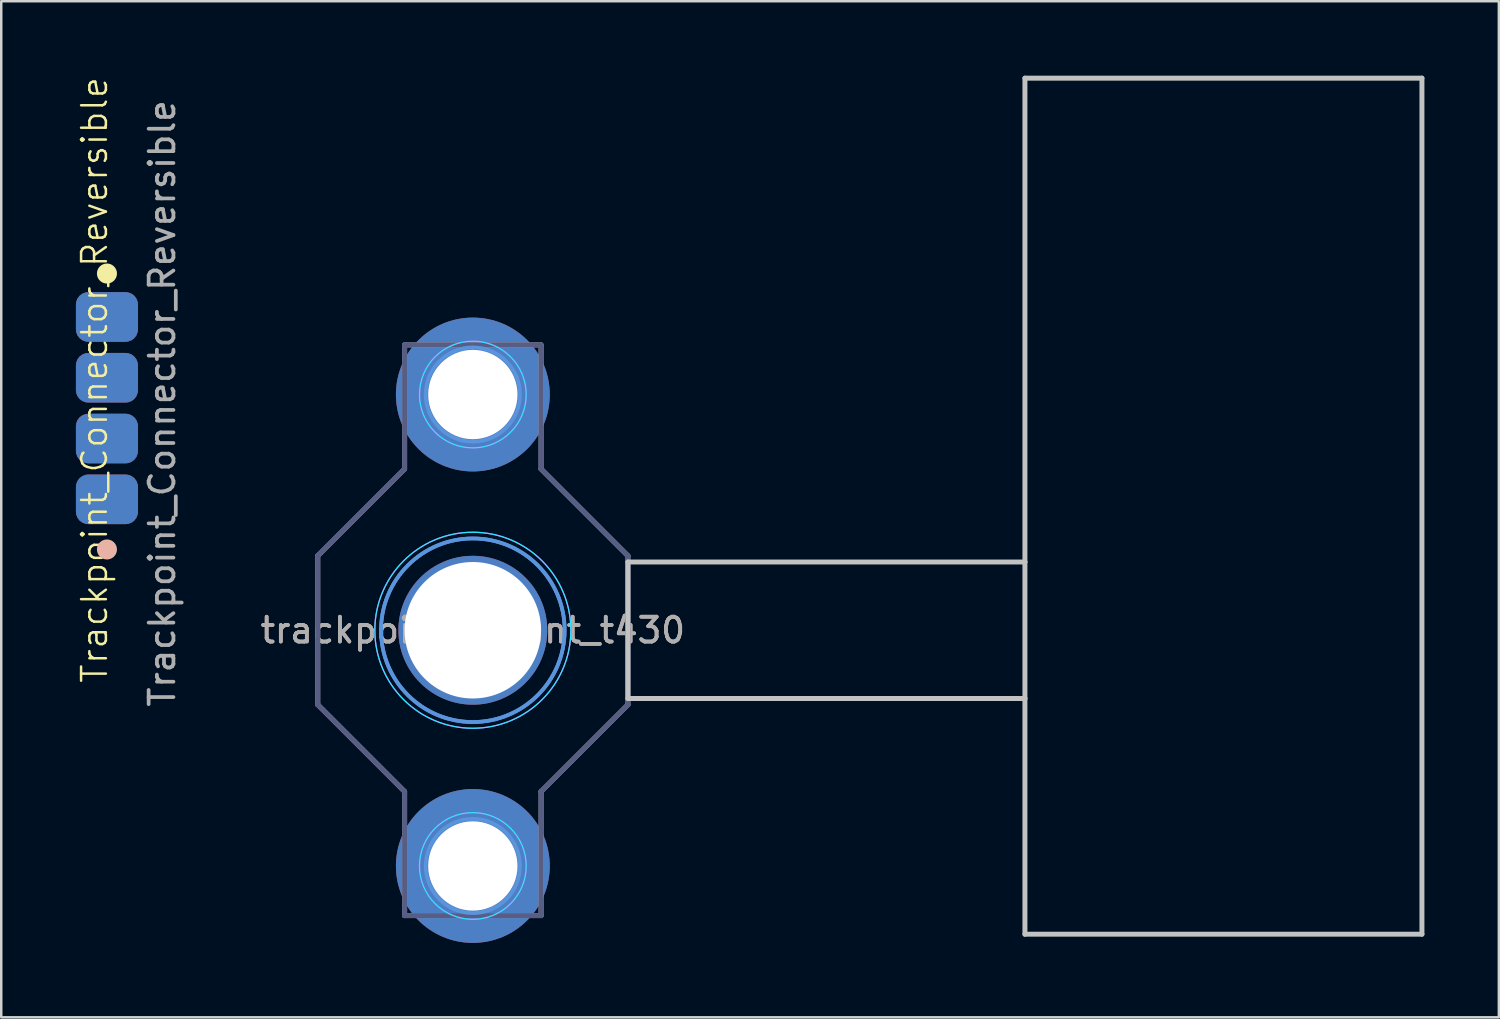
<source format=kicad_pcb>
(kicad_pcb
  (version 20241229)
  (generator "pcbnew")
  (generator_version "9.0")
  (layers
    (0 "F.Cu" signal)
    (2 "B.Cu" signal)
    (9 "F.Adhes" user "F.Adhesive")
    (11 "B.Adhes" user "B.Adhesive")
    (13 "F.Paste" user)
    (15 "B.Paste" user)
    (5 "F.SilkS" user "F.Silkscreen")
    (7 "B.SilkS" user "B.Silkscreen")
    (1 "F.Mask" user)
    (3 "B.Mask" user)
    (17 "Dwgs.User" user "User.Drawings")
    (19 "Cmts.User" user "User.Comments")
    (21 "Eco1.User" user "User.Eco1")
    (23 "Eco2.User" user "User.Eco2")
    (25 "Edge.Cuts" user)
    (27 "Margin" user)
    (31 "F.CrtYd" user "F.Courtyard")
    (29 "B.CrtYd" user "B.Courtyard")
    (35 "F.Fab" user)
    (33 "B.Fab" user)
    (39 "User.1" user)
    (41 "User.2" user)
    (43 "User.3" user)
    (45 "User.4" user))
  (footprint "trackpoint_mount_t430"
    (layer "F.Cu")
    (at 16.006 22.35)
    (property "Reference" "trackpoint_mount_t430" (at 0 0 180) (layer "B.SilkS") (effects (font (size 1 1) (thickness 0.15))))
    (attr exclude_from_pos_files exclude_from_bom)
    (fp_line (start 6.25 -2.75) (end 6.25 2.75) (stroke (width 0.2) (type solid)) (layer "Dwgs.User"))
    (fp_line (start 22.25 -22.25) (end 22.25 -2.75) (stroke (width 0.2) (type solid)) (layer "Dwgs.User"))
    (fp_line (start 22.25 -2.75) (end 6.25 -2.75) (stroke (width 0.2) (type solid)) (layer "Dwgs.User"))
    (fp_line (start 22.25 -2.75) (end 22.25 2.75) (stroke (width 0.2) (type solid)) (layer "Dwgs.User"))
    (fp_line (start 22.25 2.75) (end 6.25 2.75) (stroke (width 0.2) (type solid)) (layer "Dwgs.User"))
    (fp_line (start 22.25 2.75) (end 22.25 12.25) (stroke (width 0.2) (type solid)) (layer "Dwgs.User"))
    (fp_line (start 38.25 -22.25) (end 22.25 -22.25) (stroke (width 0.2) (type solid)) (layer "Dwgs.User"))
    (fp_line (start 38.25 -22.25) (end 38.25 12.25) (stroke (width 0.2) (type solid)) (layer "Dwgs.User"))
    (fp_line (start 38.25 12.25) (end 22.25 12.25) (stroke (width 0.2) (type solid)) (layer "Dwgs.User"))
    (fp_circle (center 0 -9.5) (end -1.9 -9.5) (stroke (width 0.15) (type solid)) (fill no) (layer "Cmts.User"))
    (fp_circle (center 0 0) (end -3.7 0) (stroke (width 0.15) (type solid)) (fill no) (layer "Cmts.User"))
    (fp_circle (center 0 0) (end -3.7 0) (stroke (width 0.15) (type solid)) (fill no) (layer "Cmts.User"))
    (fp_circle (center 0 9.5) (end -1.9 9.5) (stroke (width 0.15) (type solid)) (fill no) (layer "Cmts.User"))
    (fp_circle (center 0 -9.5) (end -2.15 -9.5) (stroke (width 0.05) (type solid)) (fill no) (layer "B.CrtYd"))
    (fp_circle (center 0 0) (end -3.95 0) (stroke (width 0.05) (type solid)) (fill no) (layer "B.CrtYd"))
    (fp_circle (center 0 9.5) (end -2.15 9.5) (stroke (width 0.05) (type solid)) (fill no) (layer "B.CrtYd"))
    (fp_circle (center 0 -9.5) (end -2.15 -9.5) (stroke (width 0.05) (type solid)) (fill no) (layer "F.CrtYd"))
    (fp_circle (center 0 0) (end -3.95 0) (stroke (width 0.05) (type solid)) (fill no) (layer "F.CrtYd"))
    (fp_circle (center 0 9.5) (end -2.15 9.5) (stroke (width 0.05) (type solid)) (fill no) (layer "F.CrtYd"))
    (fp_line (start -6.25 -3) (end -2.75 -6.5) (stroke (width 0.2) (type solid)) (layer "B.Fab"))
    (fp_line (start -6.25 3) (end -6.25 -3) (stroke (width 0.2) (type solid)) (layer "B.Fab"))
    (fp_line (start -2.75 -11.5) (end -2.75 -6.5) (stroke (width 0.2) (type solid)) (layer "B.Fab"))
    (fp_line (start -2.75 6.5) (end -6.25 3) (stroke (width 0.2) (type solid)) (layer "B.Fab"))
    (fp_line (start -2.75 6.5) (end -2.75 11.5) (stroke (width 0.2) (type solid)) (layer "B.Fab"))
    (fp_line (start 2.75 -11.5) (end -2.75 -11.5) (stroke (width 0.2) (type solid)) (layer "B.Fab"))
    (fp_line (start 2.75 -11.5) (end 2.75 -6.5) (stroke (width 0.2) (type solid)) (layer "B.Fab"))
    (fp_line (start 2.75 6.5) (end 2.75 11.5) (stroke (width 0.2) (type solid)) (layer "B.Fab"))
    (fp_line (start 2.75 6.5) (end 6.25 3) (stroke (width 0.2) (type solid)) (layer "B.Fab"))
    (fp_line (start 2.75 11.5) (end -2.75 11.5) (stroke (width 0.2) (type solid)) (layer "B.Fab"))
    (fp_line (start 6.25 -3) (end 2.75 -6.5) (stroke (width 0.2) (type solid)) (layer "B.Fab"))
    (fp_line (start 6.25 3) (end 6.25 -3) (stroke (width 0.2) (type solid)) (layer "B.Fab"))
    (fp_line (start -6.25 -3) (end -2.75 -6.5) (stroke (width 0.2) (type solid)) (layer "F.Fab"))
    (fp_line (start -6.25 3) (end -6.25 -3) (stroke (width 0.2) (type solid)) (layer "F.Fab"))
    (fp_line (start -2.75 -11.5) (end -2.75 -6.5) (stroke (width 0.2) (type solid)) (layer "F.Fab"))
    (fp_line (start -2.75 6.5) (end -6.25 3) (stroke (width 0.2) (type solid)) (layer "F.Fab"))
    (fp_line (start -2.75 6.5) (end -2.75 11.5) (stroke (width 0.2) (type solid)) (layer "F.Fab"))
    (fp_line (start 2.75 -11.5) (end -2.75 -11.5) (stroke (width 0.2) (type solid)) (layer "F.Fab"))
    (fp_line (start 2.75 -11.5) (end 2.75 -6.5) (stroke (width 0.2) (type solid)) (layer "F.Fab"))
    (fp_line (start 2.75 6.5) (end 2.75 11.5) (stroke (width 0.2) (type solid)) (layer "F.Fab"))
    (fp_line (start 2.75 6.5) (end 6.25 3) (stroke (width 0.2) (type solid)) (layer "F.Fab"))
    (fp_line (start 2.75 11.5) (end -2.75 11.5) (stroke (width 0.2) (type solid)) (layer "F.Fab"))
    (fp_line (start 6.25 -3) (end 2.75 -6.5) (stroke (width 0.2) (type solid)) (layer "F.Fab"))
    (fp_line (start 6.25 3) (end 6.25 -3) (stroke (width 0.2) (type solid)) (layer "F.Fab"))
    (fp_text user "${REFERENCE}" (at 0 0 180) (layer "F.Fab") (effects (font (size 1 1) (thickness 0.15))))
    (pad "" thru_hole circle (at 0 -9.5 180) (size 6.2 6.2) (drill 3.6) (layers "*.Cu" "*.Mask"))
    (pad "" np_thru_hole circle (at 0 0 180) (size 6 6) (drill 5.5) (layers "*.Cu" "*.Mask"))
    (pad "" thru_hole circle (at 0 9.5 180) (size 6.2 6.2) (drill 3.6) (layers "*.Cu" "*.Mask")))
  (footprint "Trackpoint_Connector_Reversible"
    (layer "F.Cu")
    (at 1.21 13.399)
    (property "Reference" "Trackpoint_Connector_Reversible" (at -0.45 -1.135 90) (unlocked yes) (layer "F.SilkS") (effects (font (size 1 1) (thickness 0.1))))
    (attr smd)
    (fp_circle (center 0.05 -5.425) (end 0.404 -5.425) (stroke (width 0.1) (type solid)) (fill yes) (layer "F.SilkS"))
    (fp_circle (center 0.05 5.695) (end 0.404 5.695) (stroke (width 0.1) (type solid)) (fill yes) (layer "B.SilkS"))
    (fp_text user "${REFERENCE}" (at 2.275 -0.19 90) (unlocked yes) (layer "F.Fab") (effects (font (size 1 1) (thickness 0.15))))
    (pad "1" smd roundrect (at 0.05 -3.675 180) (size 2.5 2) (layers "F.Cu" "F.Mask" "F.Paste") (roundrect_rratio 0.25))
    (pad "1" smd roundrect (at 0.05 3.675) (size 2.5 2) (layers "B.Cu" "B.Mask" "B.Paste") (roundrect_rratio 0.25))
    (pad "2" smd roundrect (at 0.05 -1.225 180) (size 2.5 2) (layers "F.Cu" "F.Mask" "F.Paste") (roundrect_rratio 0.25))
    (pad "2" smd roundrect (at 0.05 1.225) (size 2.5 2) (layers "B.Cu" "B.Mask" "B.Paste") (roundrect_rratio 0.25))
    (pad "3" smd roundrect (at 0.05 -1.225) (size 2.5 2) (layers "B.Cu" "B.Mask" "B.Paste") (roundrect_rratio 0.25))
    (pad "3" smd roundrect (at 0.05 1.225 180) (size 2.5 2) (layers "F.Cu" "F.Mask" "F.Paste") (roundrect_rratio 0.25))
    (pad "4" smd roundrect (at 0.05 -3.675) (size 2.5 2) (layers "B.Cu" "B.Mask" "B.Paste") (roundrect_rratio 0.25))
    (pad "4" smd roundrect (at 0.05 3.675 180) (size 2.5 2) (layers "F.Cu" "F.Mask" "F.Paste") (roundrect_rratio 0.25)))
  (gr_rect
    (start -3 -3)
    (end 57.356 37.95)
    (stroke (width 0.1) (type default))
    (fill no)
    (layer "Edge.Cuts")))
</source>
